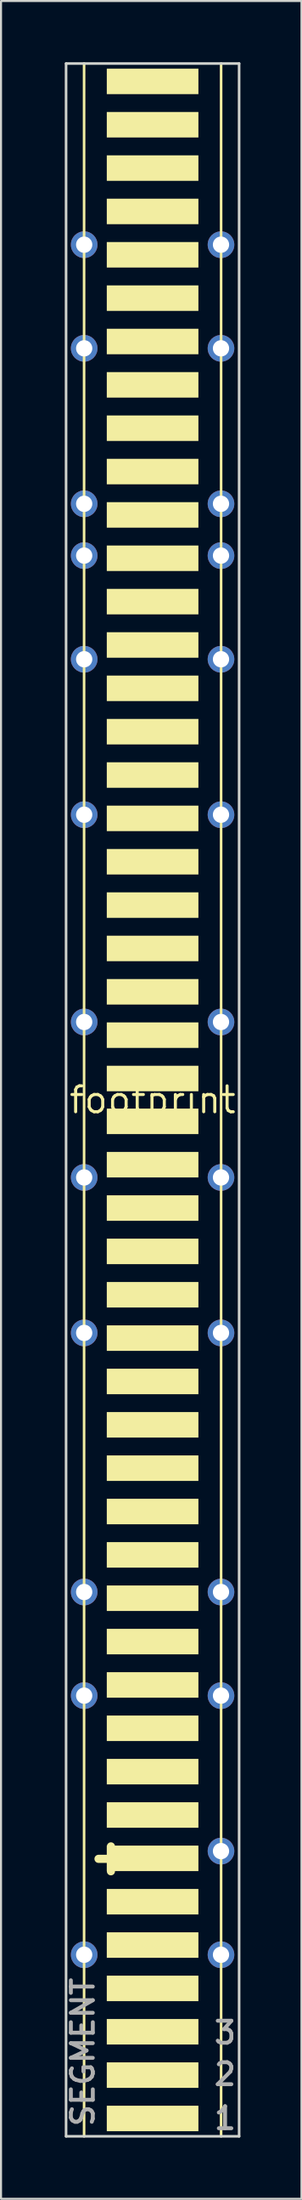
<source format=kicad_pcb>
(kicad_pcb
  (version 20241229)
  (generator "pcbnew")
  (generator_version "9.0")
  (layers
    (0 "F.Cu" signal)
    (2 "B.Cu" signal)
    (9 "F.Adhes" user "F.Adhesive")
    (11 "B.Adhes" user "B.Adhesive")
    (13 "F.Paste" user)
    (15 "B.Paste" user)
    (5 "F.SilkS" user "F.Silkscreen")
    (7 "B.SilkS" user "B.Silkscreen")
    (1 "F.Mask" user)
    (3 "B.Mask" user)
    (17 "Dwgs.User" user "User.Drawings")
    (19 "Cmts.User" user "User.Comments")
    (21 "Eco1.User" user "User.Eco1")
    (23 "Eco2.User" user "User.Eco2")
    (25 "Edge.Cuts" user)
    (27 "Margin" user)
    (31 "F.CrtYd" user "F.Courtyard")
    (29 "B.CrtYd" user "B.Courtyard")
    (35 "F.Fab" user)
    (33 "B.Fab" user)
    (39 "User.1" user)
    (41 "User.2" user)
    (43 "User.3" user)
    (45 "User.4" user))
  (footprint "footprint"
    (layer "F.Cu")
    (at 4.445 50.864)
    (property "Reference" "footprint" (at 0 0 0) (layer "F.SilkS") (effects (font (size 1.27 1.27) (thickness 0.15))))
    (fp_line (start -3.365 -50.8) (end -3.365 50.8) (stroke (width 0.127) (type solid)) (layer "F.SilkS"))
    (fp_line (start 3.365 50.8) (end 3.365 -50.8) (stroke (width 0.127) (type solid)) (layer "F.SilkS"))
    (fp_poly (pts (xy -2.25 -49.3) (xy 2.25 -49.3) (xy 2.25 -50.55) (xy -2.25 -50.55)) (stroke (width 0) (type solid)) (fill yes) (layer "F.SilkS"))
    (fp_poly (pts (xy -2.25 -47.175) (xy 2.25 -47.175) (xy 2.25 -48.425) (xy -2.25 -48.425)) (stroke (width 0) (type solid)) (fill yes) (layer "F.SilkS"))
    (fp_poly (pts (xy -2.25 -45.05) (xy 2.25 -45.05) (xy 2.25 -46.3) (xy -2.25 -46.3)) (stroke (width 0) (type solid)) (fill yes) (layer "F.SilkS"))
    (fp_poly (pts (xy -2.25 -42.925) (xy 2.25 -42.925) (xy 2.25 -44.175) (xy -2.25 -44.175)) (stroke (width 0) (type solid)) (fill yes) (layer "F.SilkS"))
    (fp_poly (pts (xy -2.25 -40.8) (xy 2.25 -40.8) (xy 2.25 -42.05) (xy -2.25 -42.05)) (stroke (width 0) (type solid)) (fill yes) (layer "F.SilkS"))
    (fp_poly (pts (xy -2.25 -38.675) (xy 2.25 -38.675) (xy 2.25 -39.925) (xy -2.25 -39.925)) (stroke (width 0) (type solid)) (fill yes) (layer "F.SilkS"))
    (fp_poly (pts (xy -2.25 -36.55) (xy 2.25 -36.55) (xy 2.25 -37.8) (xy -2.25 -37.8)) (stroke (width 0) (type solid)) (fill yes) (layer "F.SilkS"))
    (fp_poly (pts (xy -2.25 -34.425) (xy 2.25 -34.425) (xy 2.25 -35.675) (xy -2.25 -35.675)) (stroke (width 0) (type solid)) (fill yes) (layer "F.SilkS"))
    (fp_poly (pts (xy -2.25 -32.3) (xy 2.25 -32.3) (xy 2.25 -33.55) (xy -2.25 -33.55)) (stroke (width 0) (type solid)) (fill yes) (layer "F.SilkS"))
    (fp_poly (pts (xy -2.25 -30.175) (xy 2.25 -30.175) (xy 2.25 -31.425) (xy -2.25 -31.425)) (stroke (width 0) (type solid)) (fill yes) (layer "F.SilkS"))
    (fp_poly (pts (xy -2.25 -28.05) (xy 2.25 -28.05) (xy 2.25 -29.3) (xy -2.25 -29.3)) (stroke (width 0) (type solid)) (fill yes) (layer "F.SilkS"))
    (fp_poly (pts (xy -2.25 -25.925) (xy 2.25 -25.925) (xy 2.25 -27.175) (xy -2.25 -27.175)) (stroke (width 0) (type solid)) (fill yes) (layer "F.SilkS"))
    (fp_poly (pts (xy -2.25 -23.8) (xy 2.25 -23.8) (xy 2.25 -25.05) (xy -2.25 -25.05)) (stroke (width 0) (type solid)) (fill yes) (layer "F.SilkS"))
    (fp_poly (pts (xy -2.25 -21.675) (xy 2.25 -21.675) (xy 2.25 -22.925) (xy -2.25 -22.925)) (stroke (width 0) (type solid)) (fill yes) (layer "F.SilkS"))
    (fp_poly (pts (xy -2.25 -19.55) (xy 2.25 -19.55) (xy 2.25 -20.8) (xy -2.25 -20.8)) (stroke (width 0) (type solid)) (fill yes) (layer "F.SilkS"))
    (fp_poly (pts (xy -2.25 -17.425) (xy 2.25 -17.425) (xy 2.25 -18.675) (xy -2.25 -18.675)) (stroke (width 0) (type solid)) (fill yes) (layer "F.SilkS"))
    (fp_poly (pts (xy -2.25 -15.3) (xy 2.25 -15.3) (xy 2.25 -16.55) (xy -2.25 -16.55)) (stroke (width 0) (type solid)) (fill yes) (layer "F.SilkS"))
    (fp_poly (pts (xy -2.25 -13.175) (xy 2.25 -13.175) (xy 2.25 -14.425) (xy -2.25 -14.425)) (stroke (width 0) (type solid)) (fill yes) (layer "F.SilkS"))
    (fp_poly (pts (xy -2.25 -11.05) (xy 2.25 -11.05) (xy 2.25 -12.3) (xy -2.25 -12.3)) (stroke (width 0) (type solid)) (fill yes) (layer "F.SilkS"))
    (fp_poly (pts (xy -2.25 -8.925) (xy 2.25 -8.925) (xy 2.25 -10.175) (xy -2.25 -10.175)) (stroke (width 0) (type solid)) (fill yes) (layer "F.SilkS"))
    (fp_poly (pts (xy -2.25 -6.8) (xy 2.25 -6.8) (xy 2.25 -8.05) (xy -2.25 -8.05)) (stroke (width 0) (type solid)) (fill yes) (layer "F.SilkS"))
    (fp_poly (pts (xy -2.25 -4.675) (xy 2.25 -4.675) (xy 2.25 -5.925) (xy -2.25 -5.925)) (stroke (width 0) (type solid)) (fill yes) (layer "F.SilkS"))
    (fp_poly (pts (xy -2.25 -2.55) (xy 2.25 -2.55) (xy 2.25 -3.8) (xy -2.25 -3.8)) (stroke (width 0) (type solid)) (fill yes) (layer "F.SilkS"))
    (fp_poly (pts (xy -2.25 -0.425) (xy 2.25 -0.425) (xy 2.25 -1.675) (xy -2.25 -1.675)) (stroke (width 0) (type solid)) (fill yes) (layer "F.SilkS"))
    (fp_poly (pts (xy 2.25 0.425) (xy -2.25 0.425) (xy -2.25 1.675) (xy 2.25 1.675)) (stroke (width 0) (type solid)) (fill yes) (layer "F.SilkS"))
    (fp_poly (pts (xy 2.25 2.55) (xy -2.25 2.55) (xy -2.25 3.8) (xy 2.25 3.8)) (stroke (width 0) (type solid)) (fill yes) (layer "F.SilkS"))
    (fp_poly (pts (xy 2.25 4.675) (xy -2.25 4.675) (xy -2.25 5.925) (xy 2.25 5.925)) (stroke (width 0) (type solid)) (fill yes) (layer "F.SilkS"))
    (fp_poly (pts (xy 2.25 6.8) (xy -2.25 6.8) (xy -2.25 8.05) (xy 2.25 8.05)) (stroke (width 0) (type solid)) (fill yes) (layer "F.SilkS"))
    (fp_poly (pts (xy 2.25 8.925) (xy -2.25 8.925) (xy -2.25 10.175) (xy 2.25 10.175)) (stroke (width 0) (type solid)) (fill yes) (layer "F.SilkS"))
    (fp_poly (pts (xy 2.25 11.05) (xy -2.25 11.05) (xy -2.25 12.3) (xy 2.25 12.3)) (stroke (width 0) (type solid)) (fill yes) (layer "F.SilkS"))
    (fp_poly (pts (xy 2.25 13.175) (xy -2.25 13.175) (xy -2.25 14.425) (xy 2.25 14.425)) (stroke (width 0) (type solid)) (fill yes) (layer "F.SilkS"))
    (fp_poly (pts (xy 2.25 15.3) (xy -2.25 15.3) (xy -2.25 16.55) (xy 2.25 16.55)) (stroke (width 0) (type solid)) (fill yes) (layer "F.SilkS"))
    (fp_poly (pts (xy 2.25 17.425) (xy -2.25 17.425) (xy -2.25 18.675) (xy 2.25 18.675)) (stroke (width 0) (type solid)) (fill yes) (layer "F.SilkS"))
    (fp_poly (pts (xy 2.25 19.55) (xy -2.25 19.55) (xy -2.25 20.8) (xy 2.25 20.8)) (stroke (width 0) (type solid)) (fill yes) (layer "F.SilkS"))
    (fp_poly (pts (xy 2.25 21.675) (xy -2.25 21.675) (xy -2.25 22.925) (xy 2.25 22.925)) (stroke (width 0) (type solid)) (fill yes) (layer "F.SilkS"))
    (fp_poly (pts (xy 2.25 23.8) (xy -2.25 23.8) (xy -2.25 25.05) (xy 2.25 25.05)) (stroke (width 0) (type solid)) (fill yes) (layer "F.SilkS"))
    (fp_poly (pts (xy 2.25 25.925) (xy -2.25 25.925) (xy -2.25 27.175) (xy 2.25 27.175)) (stroke (width 0) (type solid)) (fill yes) (layer "F.SilkS"))
    (fp_poly (pts (xy 2.25 28.05) (xy -2.25 28.05) (xy -2.25 29.3) (xy 2.25 29.3)) (stroke (width 0) (type solid)) (fill yes) (layer "F.SilkS"))
    (fp_poly (pts (xy 2.25 30.175) (xy -2.25 30.175) (xy -2.25 31.425) (xy 2.25 31.425)) (stroke (width 0) (type solid)) (fill yes) (layer "F.SilkS"))
    (fp_poly (pts (xy 2.25 32.3) (xy -2.25 32.3) (xy -2.25 33.55) (xy 2.25 33.55)) (stroke (width 0) (type solid)) (fill yes) (layer "F.SilkS"))
    (fp_poly (pts (xy 2.25 34.425) (xy -2.25 34.425) (xy -2.25 35.675) (xy 2.25 35.675)) (stroke (width 0) (type solid)) (fill yes) (layer "F.SilkS"))
    (fp_poly (pts (xy 2.25 36.55) (xy -2.25 36.55) (xy -2.25 37.8) (xy 2.25 37.8)) (stroke (width 0) (type solid)) (fill yes) (layer "F.SilkS"))
    (fp_poly (pts (xy 2.25 38.675) (xy -2.25 38.675) (xy -2.25 39.925) (xy 2.25 39.925)) (stroke (width 0) (type solid)) (fill yes) (layer "F.SilkS"))
    (fp_poly (pts (xy 2.25 40.8) (xy -2.25 40.8) (xy -2.25 42.05) (xy 2.25 42.05)) (stroke (width 0) (type solid)) (fill yes) (layer "F.SilkS"))
    (fp_poly (pts (xy 2.25 42.925) (xy -2.25 42.925) (xy -2.25 44.175) (xy 2.25 44.175)) (stroke (width 0) (type solid)) (fill yes) (layer "F.SilkS"))
    (fp_poly (pts (xy 2.25 45.05) (xy -2.25 45.05) (xy -2.25 46.3) (xy 2.25 46.3)) (stroke (width 0) (type solid)) (fill yes) (layer "F.SilkS"))
    (fp_poly (pts (xy 2.25 47.175) (xy -2.25 47.175) (xy -2.25 48.425) (xy 2.25 48.425)) (stroke (width 0) (type solid)) (fill yes) (layer "F.SilkS"))
    (fp_poly (pts (xy 2.25 49.3) (xy -2.25 49.3) (xy -2.25 50.55) (xy 2.25 50.55)) (stroke (width 0) (type solid)) (fill yes) (layer "F.SilkS"))
    (fp_line (start -4.25 -50.8) (end 4.25 -50.8) (stroke (width 0.127) (type solid)) (layer "Edge.Cuts"))
    (fp_line (start -4.25 50.8) (end -4.25 -50.8) (stroke (width 0.127) (type solid)) (layer "Edge.Cuts"))
    (fp_line (start 4.25 -50.8) (end 4.25 50.8) (stroke (width 0.127) (type solid)) (layer "Edge.Cuts"))
    (fp_line (start 4.25 50.8) (end -4.25 50.8) (stroke (width 0.127) (type solid)) (layer "Edge.Cuts"))
    (fp_text user "+" (at -3.3 38.025 0) (layer "F.SilkS") (effects (font (size 1.6 1.6) (thickness 0.4)) (justify left bottom)))
    (fp_text user "2" (at 2.921 48.387 0) (layer "F.Fab") (effects (font (size 1.079 1.079) (thickness 0.191)) (justify left bottom)))
    (fp_text user "SEGMENT" (at -2.794 50.419 90) (layer "F.Fab") (effects (font (size 1.079 1.079) (thickness 0.191)) (justify left bottom)))
    (fp_text user "1" (at 2.921 50.546 0) (layer "F.Fab") (effects (font (size 1.079 1.079) (thickness 0.191)) (justify left bottom)))
    (fp_text user "3" (at 2.921 46.355 0) (layer "F.Fab") (effects (font (size 1.079 1.079) (thickness 0.191)) (justify left bottom)))
    (pad "1" thru_hole circle (at 3.36 41.9) (size 1.308 1.308) (drill 0.8) (layers "*.Cu" "*.Mask"))
    (pad "2" thru_hole circle (at 3.36 36.82) (size 1.308 1.308) (drill 0.8) (layers "*.Cu" "*.Mask"))
    (pad "3" thru_hole circle (at 3.36 29.2) (size 1.308 1.308) (drill 0.8) (layers "*.Cu" "*.Mask"))
    (pad "4" thru_hole circle (at 3.36 24.12) (size 1.308 1.308) (drill 0.8) (layers "*.Cu" "*.Mask"))
    (pad "5" thru_hole circle (at 3.36 11.42) (size 1.308 1.308) (drill 0.8) (layers "*.Cu" "*.Mask"))
    (pad "6" thru_hole circle (at 3.36 3.8) (size 1.308 1.308) (drill 0.8) (layers "*.Cu" "*.Mask"))
    (pad "7" thru_hole circle (at 3.36 -3.82) (size 1.308 1.308) (drill 0.8) (layers "*.Cu" "*.Mask"))
    (pad "8" thru_hole circle (at 3.36 -13.98) (size 1.308 1.308) (drill 0.8) (layers "*.Cu" "*.Mask"))
    (pad "9" thru_hole circle (at 3.36 -21.6) (size 1.308 1.308) (drill 0.8) (layers "*.Cu" "*.Mask"))
    (pad "10" thru_hole circle (at 3.36 -26.68) (size 1.308 1.308) (drill 0.8) (layers "*.Cu" "*.Mask"))
    (pad "11" thru_hole circle (at 3.36 -29.22) (size 1.308 1.308) (drill 0.8) (layers "*.Cu" "*.Mask"))
    (pad "12" thru_hole circle (at 3.36 -36.84) (size 1.308 1.308) (drill 0.8) (layers "*.Cu" "*.Mask"))
    (pad "13" thru_hole circle (at 3.36 -41.92) (size 1.308 1.308) (drill 0.8) (layers "*.Cu" "*.Mask"))
    (pad "14" thru_hole circle (at -3.36 -41.92) (size 1.308 1.308) (drill 0.8) (layers "*.Cu" "*.Mask"))
    (pad "15" thru_hole circle (at -3.36 -36.84) (size 1.308 1.308) (drill 0.8) (layers "*.Cu" "*.Mask"))
    (pad "16" thru_hole circle (at -3.36 -29.22) (size 1.308 1.308) (drill 0.8) (layers "*.Cu" "*.Mask"))
    (pad "17" thru_hole circle (at -3.36 -26.68) (size 1.308 1.308) (drill 0.8) (layers "*.Cu" "*.Mask"))
    (pad "18" thru_hole circle (at -3.36 -21.6) (size 1.308 1.308) (drill 0.8) (layers "*.Cu" "*.Mask"))
    (pad "19" thru_hole circle (at -3.36 -13.98) (size 1.308 1.308) (drill 0.8) (layers "*.Cu" "*.Mask"))
    (pad "20" thru_hole circle (at -3.36 -3.82) (size 1.308 1.308) (drill 0.8) (layers "*.Cu" "*.Mask"))
    (pad "21" thru_hole circle (at -3.36 3.8) (size 1.308 1.308) (drill 0.8) (layers "*.Cu" "*.Mask"))
    (pad "22" thru_hole circle (at -3.36 11.42) (size 1.308 1.308) (drill 0.8) (layers "*.Cu" "*.Mask"))
    (pad "23" thru_hole circle (at -3.36 24.12) (size 1.308 1.308) (drill 0.8) (layers "*.Cu" "*.Mask"))
    (pad "24" thru_hole circle (at -3.36 29.2) (size 1.308 1.308) (drill 0.8) (layers "*.Cu" "*.Mask"))
    (pad "25" thru_hole circle (at -3.36 41.9) (size 1.308 1.308) (drill 0.8) (layers "*.Cu" "*.Mask")))
  (gr_rect
    (start -3 -3)
    (end 11.758 104.727)
    (stroke (width 0.1) (type default))
    (fill no)
    (layer "Edge.Cuts")))
</source>
